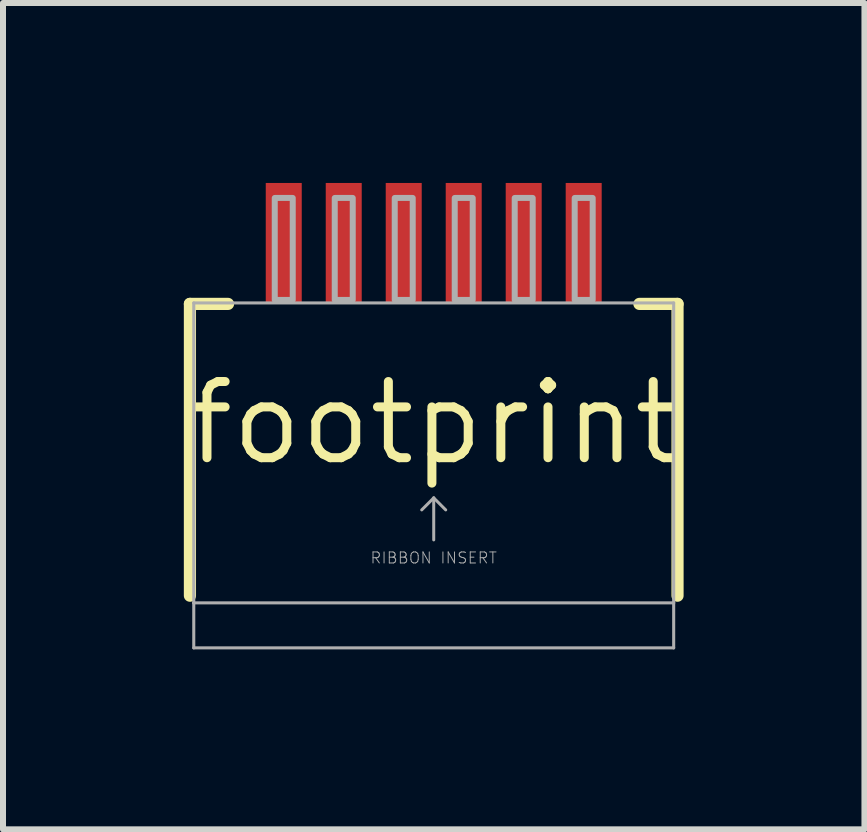
<source format=kicad_pcb>
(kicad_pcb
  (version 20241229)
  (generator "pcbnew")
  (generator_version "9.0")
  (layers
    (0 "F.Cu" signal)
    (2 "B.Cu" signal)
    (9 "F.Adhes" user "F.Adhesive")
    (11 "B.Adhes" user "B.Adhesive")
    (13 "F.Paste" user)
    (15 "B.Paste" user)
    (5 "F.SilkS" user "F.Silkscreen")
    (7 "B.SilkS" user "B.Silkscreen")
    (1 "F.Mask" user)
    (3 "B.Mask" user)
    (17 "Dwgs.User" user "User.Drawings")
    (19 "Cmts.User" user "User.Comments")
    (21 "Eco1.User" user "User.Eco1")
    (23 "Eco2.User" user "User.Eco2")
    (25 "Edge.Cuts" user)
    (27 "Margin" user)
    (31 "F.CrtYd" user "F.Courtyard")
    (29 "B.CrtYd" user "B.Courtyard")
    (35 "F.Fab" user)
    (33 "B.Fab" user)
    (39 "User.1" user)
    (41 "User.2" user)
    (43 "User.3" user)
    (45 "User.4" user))
  (footprint "footprint"
    (layer "F.Cu")
    (at 4.18 4)
    (property "Reference" "footprint" (at 0 0 0) (layer "F.SilkS") (effects (font (size 1.27 1.27) (thickness 0.15))))
    (fp_line (start -4.064 -1.984) (end -4.064 2.88) (stroke (width 0.203) (type solid)) (layer "F.SilkS"))
    (fp_line (start -3.429 -1.984) (end -4.064 -1.984) (stroke (width 0.203) (type solid)) (layer "F.SilkS"))
    (fp_line (start 4.064 -1.984) (end 3.429 -1.984) (stroke (width 0.203) (type solid)) (layer "F.SilkS"))
    (fp_line (start 4.064 -1.984) (end 4.064 2.88) (stroke (width 0.203) (type solid)) (layer "F.SilkS"))
    (fp_line (start -4 -2) (end 4 -2) (stroke (width 0.051) (type solid)) (layer "F.Fab"))
    (fp_line (start -4 3) (end -4 -2) (stroke (width 0.051) (type solid)) (layer "F.Fab"))
    (fp_line (start -4 3) (end 4 3) (stroke (width 0.051) (type solid)) (layer "F.Fab"))
    (fp_line (start -4 3.75) (end -4 3) (stroke (width 0.051) (type solid)) (layer "F.Fab"))
    (fp_line (start 0 1.25) (end -0.2 1.45) (stroke (width 0.05) (type solid)) (layer "F.Fab"))
    (fp_line (start 0 1.25) (end 0.2 1.45) (stroke (width 0.05) (type solid)) (layer "F.Fab"))
    (fp_line (start 0 1.95) (end 0 1.25) (stroke (width 0.05) (type solid)) (layer "F.Fab"))
    (fp_line (start 4 -2) (end 4 3) (stroke (width 0.051) (type solid)) (layer "F.Fab"))
    (fp_line (start 4 3) (end 4 3.75) (stroke (width 0.051) (type solid)) (layer "F.Fab"))
    (fp_line (start 4 3.75) (end -4 3.75) (stroke (width 0.051) (type solid)) (layer "F.Fab"))
    (fp_poly (pts (xy -2.65 -2.05) (xy -2.35 -2.05) (xy -2.35 -3.75) (xy -2.65 -3.75)) (stroke (width 0.1) (type solid)) (fill no) (layer "F.Fab"))
    (fp_poly (pts (xy -1.65 -2.05) (xy -1.35 -2.05) (xy -1.35 -3.75) (xy -1.65 -3.75)) (stroke (width 0.1) (type solid)) (fill no) (layer "F.Fab"))
    (fp_poly (pts (xy -0.65 -2.05) (xy -0.35 -2.05) (xy -0.35 -3.75) (xy -0.65 -3.75)) (stroke (width 0.1) (type solid)) (fill no) (layer "F.Fab"))
    (fp_poly (pts (xy 0.35 -2.05) (xy 0.65 -2.05) (xy 0.65 -3.75) (xy 0.35 -3.75)) (stroke (width 0.1) (type solid)) (fill no) (layer "F.Fab"))
    (fp_poly (pts (xy 1.35 -2.05) (xy 1.65 -2.05) (xy 1.65 -3.75) (xy 1.35 -3.75)) (stroke (width 0.1) (type solid)) (fill no) (layer "F.Fab"))
    (fp_poly (pts (xy 2.35 -2.05) (xy 2.65 -2.05) (xy 2.65 -3.75) (xy 2.35 -3.75)) (stroke (width 0.1) (type solid)) (fill no) (layer "F.Fab"))
    (fp_text user "RIBBON INSERT" (at 0 2.25 0) (layer "F.Fab") (effects (font (size 0.184 0.184) (thickness 0.016))))
    (pad "1" smd rect (at -2.5 -3 90) (size 2 0.6) (layers "F.Cu" "F.Mask" "F.Paste"))
    (pad "2" smd rect (at -1.5 -3 90) (size 2 0.6) (layers "F.Cu" "F.Mask" "F.Paste"))
    (pad "3" smd rect (at -0.5 -3 90) (size 2 0.6) (layers "F.Cu" "F.Mask" "F.Paste"))
    (pad "4" smd rect (at 0.5 -3 90) (size 2 0.6) (layers "F.Cu" "F.Mask" "F.Paste"))
    (pad "5" smd rect (at 1.5 -3 90) (size 2 0.6) (layers "F.Cu" "F.Mask" "F.Paste"))
    (pad "6" smd rect (at 2.5 -3 90) (size 2 0.6) (layers "F.Cu" "F.Mask" "F.Paste")))
  (gr_rect
    (start -3 -3)
    (end 11.36 10.775)
    (stroke (width 0.1) (type default))
    (fill no)
    (layer "Edge.Cuts")))
</source>
